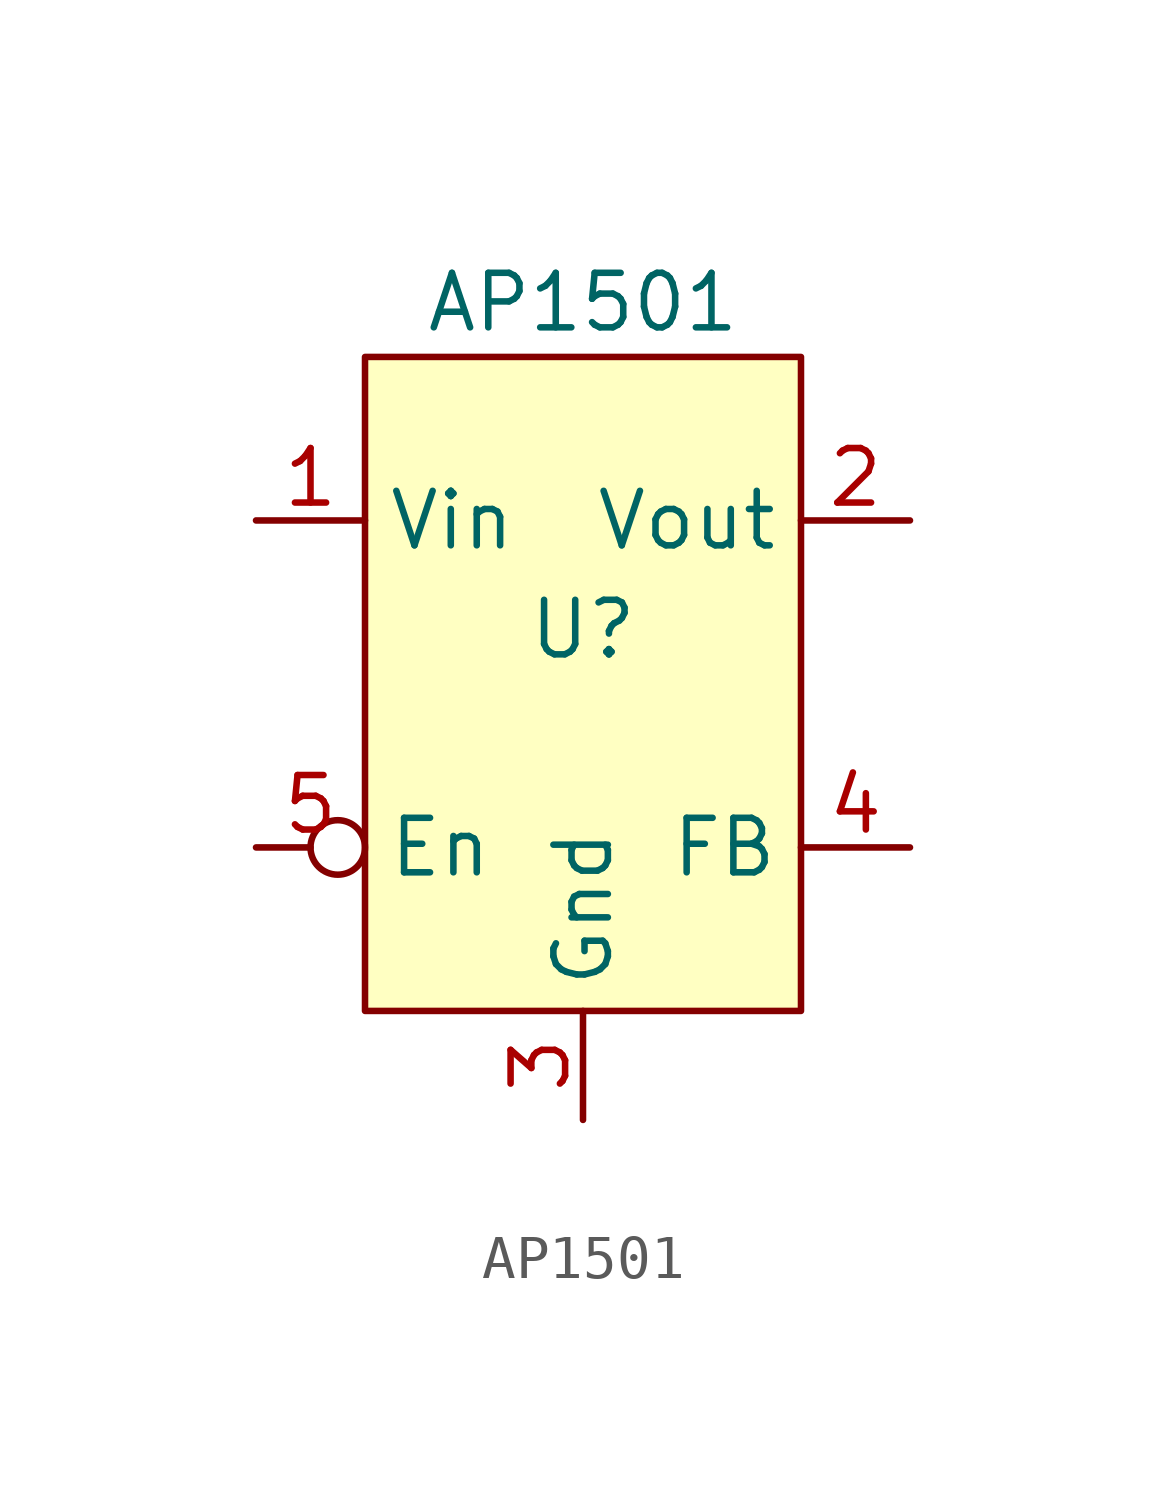
<source format=kicad_sym>
(kicad_symbol_lib
  (version 20220914)
  (generator kicad_symbol_editor)
  (symbol "AP1501"
    (property "Reference" "U"
      (at 0 1.27 0)
      (effects (font (size 1.27 1.27))))
    (property "Value" "AP1501"
      (at 0 8.89 0)
      (effects (font (size 1.27 1.27))))
    (symbol "AP1501_1_1"
      (rectangle (start -5.08 7.62) (end 5.08 -7.62) (stroke (width 0) (type default)) (fill (type background)))
      (pin power_in line (at -7.62 3.81 0) (length 2.54) (name "Vin" (effects (font (size 1.27 1.27)))) (number "1" (effects (font (size 1.27 1.27)))))
      (pin power_out line (at 7.62 3.81 180) (length 2.54) (name "Vout" (effects (font (size 1.27 1.27)))) (number "2" (effects (font (size 1.27 1.27)))))
      (pin power_in line (at 0 -10.16 90) (length 2.54) (name "Gnd" (effects (font (size 1.27 1.27)))) (number "3" (effects (font (size 1.27 1.27)))))
      (pin input line (at 7.62 -3.81 180) (length 2.54) (name "FB" (effects (font (size 1.27 1.27)))) (number "4" (effects (font (size 1.27 1.27)))))
      (pin input inverted (at -7.62 -3.81 0) (length 2.54) (name "En" (effects (font (size 1.27 1.27)))) (number "5" (effects (font (size 1.27 1.27))))))))
</source>
